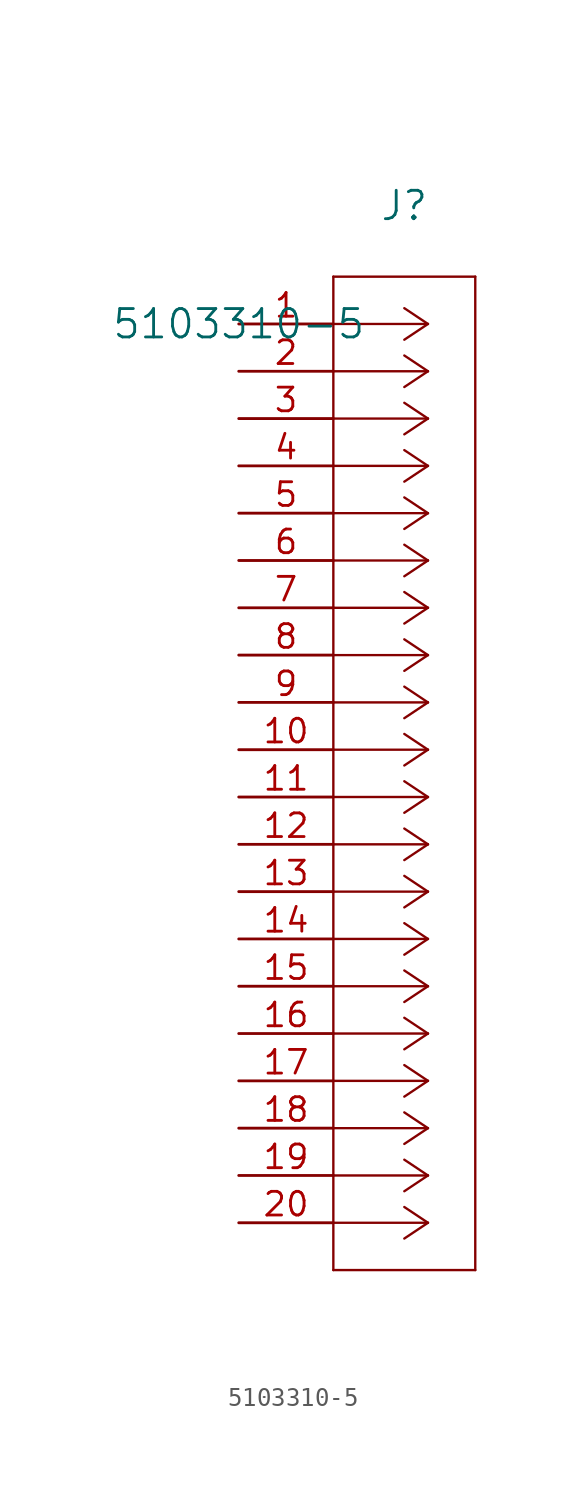
<source format=kicad_sym>
(kicad_symbol_lib
  (version 20211014)
  (generator kicad_symbol_editor)
  (symbol "5103310-5"
    (pin_names
      (offset 0.254))
    (property "Reference" "J"
      (at 8.89 6.35 0)
      (effects (font (size 1.524 1.524))))
    (property "Value" "5103310-5"
      (at 0 0 0)
      (effects (font (size 1.524 1.524))))
    (symbol "5103310-5_0_1"
      (polyline (pts (xy 10.16 0) (xy 5.08 0)) (stroke (width 0.127) (type default) (color 0 0 0 0)) (fill (type none)))
      (polyline (pts (xy 10.16 -2.54) (xy 5.08 -2.54)) (stroke (width 0.127) (type default) (color 0 0 0 0)) (fill (type none)))
      (polyline (pts (xy 10.16 -5.08) (xy 5.08 -5.08)) (stroke (width 0.127) (type default) (color 0 0 0 0)) (fill (type none)))
      (polyline (pts (xy 10.16 -7.62) (xy 5.08 -7.62)) (stroke (width 0.127) (type default) (color 0 0 0 0)) (fill (type none)))
      (polyline (pts (xy 10.16 -10.16) (xy 5.08 -10.16)) (stroke (width 0.127) (type default) (color 0 0 0 0)) (fill (type none)))
      (polyline (pts (xy 10.16 -12.7) (xy 5.08 -12.7)) (stroke (width 0.127) (type default) (color 0 0 0 0)) (fill (type none)))
      (polyline (pts (xy 10.16 -15.24) (xy 5.08 -15.24)) (stroke (width 0.127) (type default) (color 0 0 0 0)) (fill (type none)))
      (polyline (pts (xy 10.16 -17.78) (xy 5.08 -17.78)) (stroke (width 0.127) (type default) (color 0 0 0 0)) (fill (type none)))
      (polyline (pts (xy 10.16 -20.32) (xy 5.08 -20.32)) (stroke (width 0.127) (type default) (color 0 0 0 0)) (fill (type none)))
      (polyline (pts (xy 10.16 -22.86) (xy 5.08 -22.86)) (stroke (width 0.127) (type default) (color 0 0 0 0)) (fill (type none)))
      (polyline (pts (xy 10.16 -25.4) (xy 5.08 -25.4)) (stroke (width 0.127) (type default) (color 0 0 0 0)) (fill (type none)))
      (polyline (pts (xy 10.16 -27.94) (xy 5.08 -27.94)) (stroke (width 0.127) (type default) (color 0 0 0 0)) (fill (type none)))
      (polyline (pts (xy 10.16 -30.48) (xy 5.08 -30.48)) (stroke (width 0.127) (type default) (color 0 0 0 0)) (fill (type none)))
      (polyline (pts (xy 10.16 -33.02) (xy 5.08 -33.02)) (stroke (width 0.127) (type default) (color 0 0 0 0)) (fill (type none)))
      (polyline (pts (xy 10.16 -35.56) (xy 5.08 -35.56)) (stroke (width 0.127) (type default) (color 0 0 0 0)) (fill (type none)))
      (polyline (pts (xy 10.16 -38.1) (xy 5.08 -38.1)) (stroke (width 0.127) (type default) (color 0 0 0 0)) (fill (type none)))
      (polyline (pts (xy 10.16 -40.64) (xy 5.08 -40.64)) (stroke (width 0.127) (type default) (color 0 0 0 0)) (fill (type none)))
      (polyline (pts (xy 10.16 -43.18) (xy 5.08 -43.18)) (stroke (width 0.127) (type default) (color 0 0 0 0)) (fill (type none)))
      (polyline (pts (xy 10.16 -45.72) (xy 5.08 -45.72)) (stroke (width 0.127) (type default) (color 0 0 0 0)) (fill (type none)))
      (polyline (pts (xy 10.16 -48.26) (xy 5.08 -48.26)) (stroke (width 0.127) (type default) (color 0 0 0 0)) (fill (type none)))
      (polyline (pts (xy 10.16 0) (xy 8.89 0.847)) (stroke (width 0.127) (type default) (color 0 0 0 0)) (fill (type none)))
      (polyline (pts (xy 10.16 -2.54) (xy 8.89 -1.693)) (stroke (width 0.127) (type default) (color 0 0 0 0)) (fill (type none)))
      (polyline (pts (xy 10.16 -5.08) (xy 8.89 -4.233)) (stroke (width 0.127) (type default) (color 0 0 0 0)) (fill (type none)))
      (polyline (pts (xy 10.16 -7.62) (xy 8.89 -6.773)) (stroke (width 0.127) (type default) (color 0 0 0 0)) (fill (type none)))
      (polyline (pts (xy 10.16 -10.16) (xy 8.89 -9.313)) (stroke (width 0.127) (type default) (color 0 0 0 0)) (fill (type none)))
      (polyline (pts (xy 10.16 -12.7) (xy 8.89 -11.853)) (stroke (width 0.127) (type default) (color 0 0 0 0)) (fill (type none)))
      (polyline (pts (xy 10.16 -15.24) (xy 8.89 -14.393)) (stroke (width 0.127) (type default) (color 0 0 0 0)) (fill (type none)))
      (polyline (pts (xy 10.16 -17.78) (xy 8.89 -16.933)) (stroke (width 0.127) (type default) (color 0 0 0 0)) (fill (type none)))
      (polyline (pts (xy 10.16 -20.32) (xy 8.89 -19.473)) (stroke (width 0.127) (type default) (color 0 0 0 0)) (fill (type none)))
      (polyline (pts (xy 10.16 -22.86) (xy 8.89 -22.013)) (stroke (width 0.127) (type default) (color 0 0 0 0)) (fill (type none)))
      (polyline (pts (xy 10.16 -25.4) (xy 8.89 -24.553)) (stroke (width 0.127) (type default) (color 0 0 0 0)) (fill (type none)))
      (polyline (pts (xy 10.16 -27.94) (xy 8.89 -27.093)) (stroke (width 0.127) (type default) (color 0 0 0 0)) (fill (type none)))
      (polyline (pts (xy 10.16 -30.48) (xy 8.89 -29.633)) (stroke (width 0.127) (type default) (color 0 0 0 0)) (fill (type none)))
      (polyline (pts (xy 10.16 -33.02) (xy 8.89 -32.173)) (stroke (width 0.127) (type default) (color 0 0 0 0)) (fill (type none)))
      (polyline (pts (xy 10.16 -35.56) (xy 8.89 -34.713)) (stroke (width 0.127) (type default) (color 0 0 0 0)) (fill (type none)))
      (polyline (pts (xy 10.16 -38.1) (xy 8.89 -37.253)) (stroke (width 0.127) (type default) (color 0 0 0 0)) (fill (type none)))
      (polyline (pts (xy 10.16 -40.64) (xy 8.89 -39.793)) (stroke (width 0.127) (type default) (color 0 0 0 0)) (fill (type none)))
      (polyline (pts (xy 10.16 -43.18) (xy 8.89 -42.333)) (stroke (width 0.127) (type default) (color 0 0 0 0)) (fill (type none)))
      (polyline (pts (xy 10.16 -45.72) (xy 8.89 -44.873)) (stroke (width 0.127) (type default) (color 0 0 0 0)) (fill (type none)))
      (polyline (pts (xy 10.16 -48.26) (xy 8.89 -47.413)) (stroke (width 0.127) (type default) (color 0 0 0 0)) (fill (type none)))
      (polyline (pts (xy 10.16 0) (xy 8.89 -0.847)) (stroke (width 0.127) (type default) (color 0 0 0 0)) (fill (type none)))
      (polyline (pts (xy 10.16 -2.54) (xy 8.89 -3.387)) (stroke (width 0.127) (type default) (color 0 0 0 0)) (fill (type none)))
      (polyline (pts (xy 10.16 -5.08) (xy 8.89 -5.927)) (stroke (width 0.127) (type default) (color 0 0 0 0)) (fill (type none)))
      (polyline (pts (xy 10.16 -7.62) (xy 8.89 -8.467)) (stroke (width 0.127) (type default) (color 0 0 0 0)) (fill (type none)))
      (polyline (pts (xy 10.16 -10.16) (xy 8.89 -11.007)) (stroke (width 0.127) (type default) (color 0 0 0 0)) (fill (type none)))
      (polyline (pts (xy 10.16 -12.7) (xy 8.89 -13.547)) (stroke (width 0.127) (type default) (color 0 0 0 0)) (fill (type none)))
      (polyline (pts (xy 10.16 -15.24) (xy 8.89 -16.087)) (stroke (width 0.127) (type default) (color 0 0 0 0)) (fill (type none)))
      (polyline (pts (xy 10.16 -17.78) (xy 8.89 -18.627)) (stroke (width 0.127) (type default) (color 0 0 0 0)) (fill (type none)))
      (polyline (pts (xy 10.16 -20.32) (xy 8.89 -21.167)) (stroke (width 0.127) (type default) (color 0 0 0 0)) (fill (type none)))
      (polyline (pts (xy 10.16 -22.86) (xy 8.89 -23.707)) (stroke (width 0.127) (type default) (color 0 0 0 0)) (fill (type none)))
      (polyline (pts (xy 10.16 -25.4) (xy 8.89 -26.247)) (stroke (width 0.127) (type default) (color 0 0 0 0)) (fill (type none)))
      (polyline (pts (xy 10.16 -27.94) (xy 8.89 -28.787)) (stroke (width 0.127) (type default) (color 0 0 0 0)) (fill (type none)))
      (polyline (pts (xy 10.16 -30.48) (xy 8.89 -31.327)) (stroke (width 0.127) (type default) (color 0 0 0 0)) (fill (type none)))
      (polyline (pts (xy 10.16 -33.02) (xy 8.89 -33.867)) (stroke (width 0.127) (type default) (color 0 0 0 0)) (fill (type none)))
      (polyline (pts (xy 10.16 -35.56) (xy 8.89 -36.407)) (stroke (width 0.127) (type default) (color 0 0 0 0)) (fill (type none)))
      (polyline (pts (xy 10.16 -38.1) (xy 8.89 -38.947)) (stroke (width 0.127) (type default) (color 0 0 0 0)) (fill (type none)))
      (polyline (pts (xy 10.16 -40.64) (xy 8.89 -41.487)) (stroke (width 0.127) (type default) (color 0 0 0 0)) (fill (type none)))
      (polyline (pts (xy 10.16 -43.18) (xy 8.89 -44.027)) (stroke (width 0.127) (type default) (color 0 0 0 0)) (fill (type none)))
      (polyline (pts (xy 10.16 -45.72) (xy 8.89 -46.567)) (stroke (width 0.127) (type default) (color 0 0 0 0)) (fill (type none)))
      (polyline (pts (xy 10.16 -48.26) (xy 8.89 -49.107)) (stroke (width 0.127) (type default) (color 0 0 0 0)) (fill (type none)))
      (polyline (pts (xy 5.08 2.54) (xy 5.08 -50.8)) (stroke (width 0.127) (type default) (color 0 0 0 0)) (fill (type none)))
      (polyline (pts (xy 5.08 -50.8) (xy 12.7 -50.8)) (stroke (width 0.127) (type default) (color 0 0 0 0)) (fill (type none)))
      (polyline (pts (xy 12.7 -50.8) (xy 12.7 2.54)) (stroke (width 0.127) (type default) (color 0 0 0 0)) (fill (type none)))
      (polyline (pts (xy 12.7 2.54) (xy 5.08 2.54)) (stroke (width 0.127) (type default) (color 0 0 0 0)) (fill (type none)))
      (pin unspecified line (at 0 0 0) (length 5.08) (name "" (effects (font (size 1.27 1.27)))) (number "1" (effects (font (size 1.27 1.27)))))
      (pin unspecified line (at 0 -2.54 0) (length 5.08) (name "" (effects (font (size 1.27 1.27)))) (number "2" (effects (font (size 1.27 1.27)))))
      (pin unspecified line (at 0 -5.08 0) (length 5.08) (name "" (effects (font (size 1.27 1.27)))) (number "3" (effects (font (size 1.27 1.27)))))
      (pin unspecified line (at 0 -7.62 0) (length 5.08) (name "" (effects (font (size 1.27 1.27)))) (number "4" (effects (font (size 1.27 1.27)))))
      (pin unspecified line (at 0 -10.16 0) (length 5.08) (name "" (effects (font (size 1.27 1.27)))) (number "5" (effects (font (size 1.27 1.27)))))
      (pin unspecified line (at 0 -12.7 0) (length 5.08) (name "" (effects (font (size 1.27 1.27)))) (number "6" (effects (font (size 1.27 1.27)))))
      (pin unspecified line (at 0 -15.24 0) (length 5.08) (name "" (effects (font (size 1.27 1.27)))) (number "7" (effects (font (size 1.27 1.27)))))
      (pin unspecified line (at 0 -17.78 0) (length 5.08) (name "" (effects (font (size 1.27 1.27)))) (number "8" (effects (font (size 1.27 1.27)))))
      (pin unspecified line (at 0 -20.32 0) (length 5.08) (name "" (effects (font (size 1.27 1.27)))) (number "9" (effects (font (size 1.27 1.27)))))
      (pin unspecified line (at 0 -22.86 0) (length 5.08) (name "" (effects (font (size 1.27 1.27)))) (number "10" (effects (font (size 1.27 1.27)))))
      (pin unspecified line (at 0 -25.4 0) (length 5.08) (name "" (effects (font (size 1.27 1.27)))) (number "11" (effects (font (size 1.27 1.27)))))
      (pin unspecified line (at 0 -27.94 0) (length 5.08) (name "" (effects (font (size 1.27 1.27)))) (number "12" (effects (font (size 1.27 1.27)))))
      (pin unspecified line (at 0 -30.48 0) (length 5.08) (name "" (effects (font (size 1.27 1.27)))) (number "13" (effects (font (size 1.27 1.27)))))
      (pin unspecified line (at 0 -33.02 0) (length 5.08) (name "" (effects (font (size 1.27 1.27)))) (number "14" (effects (font (size 1.27 1.27)))))
      (pin unspecified line (at 0 -35.56 0) (length 5.08) (name "" (effects (font (size 1.27 1.27)))) (number "15" (effects (font (size 1.27 1.27)))))
      (pin unspecified line (at 0 -38.1 0) (length 5.08) (name "" (effects (font (size 1.27 1.27)))) (number "16" (effects (font (size 1.27 1.27)))))
      (pin unspecified line (at 0 -40.64 0) (length 5.08) (name "" (effects (font (size 1.27 1.27)))) (number "17" (effects (font (size 1.27 1.27)))))
      (pin unspecified line (at 0 -43.18 0) (length 5.08) (name "" (effects (font (size 1.27 1.27)))) (number "18" (effects (font (size 1.27 1.27)))))
      (pin unspecified line (at 0 -45.72 0) (length 5.08) (name "" (effects (font (size 1.27 1.27)))) (number "19" (effects (font (size 1.27 1.27)))))
      (pin unspecified line (at 0 -48.26 0) (length 5.08) (name "" (effects (font (size 1.27 1.27)))) (number "20" (effects (font (size 1.27 1.27))))))))
</source>
